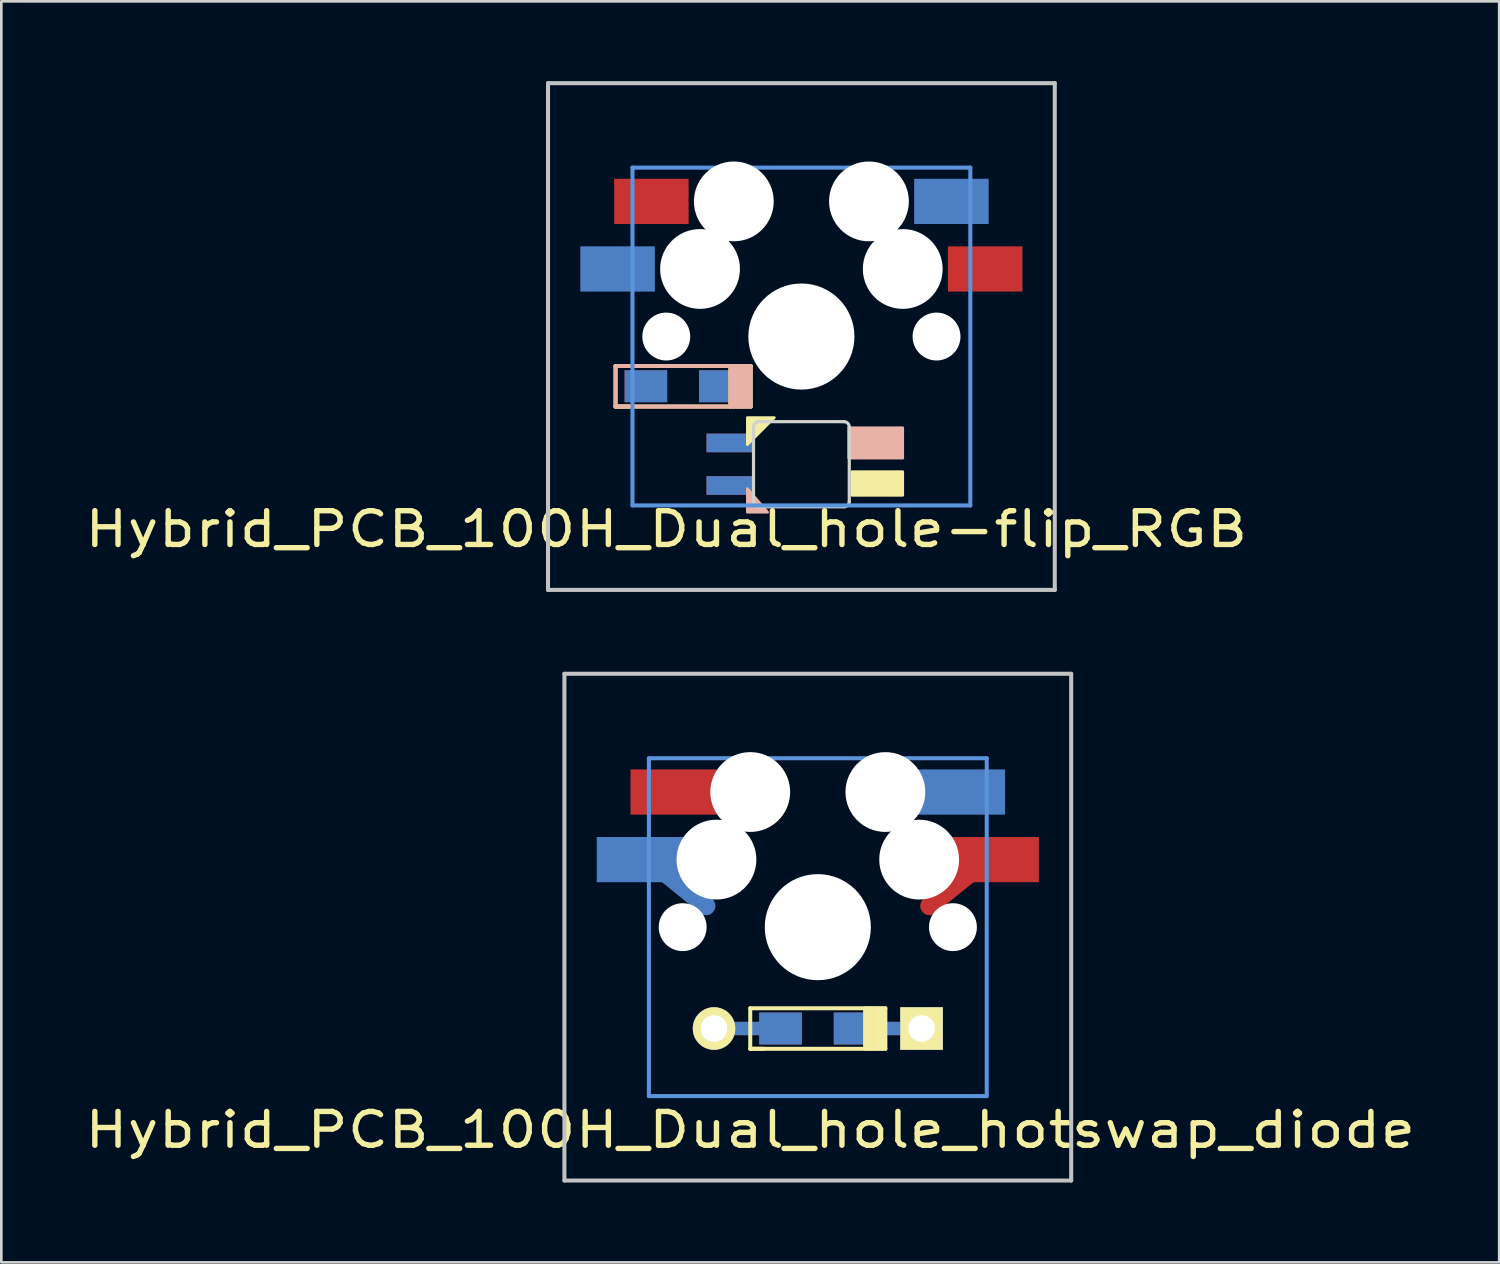
<source format=kicad_pcb>
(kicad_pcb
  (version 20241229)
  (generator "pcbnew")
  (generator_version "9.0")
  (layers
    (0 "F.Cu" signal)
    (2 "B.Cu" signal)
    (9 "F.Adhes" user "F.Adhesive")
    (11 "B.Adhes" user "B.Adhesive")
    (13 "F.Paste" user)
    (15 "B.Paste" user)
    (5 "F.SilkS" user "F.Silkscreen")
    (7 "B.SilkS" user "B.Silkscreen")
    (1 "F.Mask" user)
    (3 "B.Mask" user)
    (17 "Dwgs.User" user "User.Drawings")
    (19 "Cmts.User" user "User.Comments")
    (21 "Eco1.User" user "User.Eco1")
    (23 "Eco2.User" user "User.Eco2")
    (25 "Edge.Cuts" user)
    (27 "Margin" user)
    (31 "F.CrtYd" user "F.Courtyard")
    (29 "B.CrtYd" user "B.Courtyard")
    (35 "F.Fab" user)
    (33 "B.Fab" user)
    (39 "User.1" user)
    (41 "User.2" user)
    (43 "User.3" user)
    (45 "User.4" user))
  (footprint "Hybrid_PCB_100H_Dual_hole_hotswap_diode"
    (layer "F.Cu")
    (at 27.693 31.804)
    (property "Reference" "Hybrid_PCB_100H_Dual_hole_hotswap_diode" (at -2.54 7.62 0) (layer "F.SilkS") (effects (font (size 1.27 1.524) (thickness 0.203))))
    (attr through_hole)
    (fp_line (start 6.35 -2.54) (end 4.2 -0.8) (stroke (width 0.7) (type solid)) (layer "F.Cu"))
    (fp_line (start -6.35 -2.54) (end -4.2 -0.8) (stroke (width 0.7) (type solid)) (layer "B.Cu"))
    (fp_line (start -2.54 3.048) (end -2.54 4.572) (stroke (width 0.15) (type solid)) (layer "F.SilkS"))
    (fp_line (start -2.54 4.572) (end -2.032 4.572) (stroke (width 0.15) (type solid)) (layer "F.SilkS"))
    (fp_line (start -2.54 4.572) (end 2.54 4.572) (stroke (width 0.15) (type solid)) (layer "F.SilkS"))
    (fp_line (start 1.778 4.572) (end 1.778 3.048) (stroke (width 0.15) (type solid)) (layer "F.SilkS"))
    (fp_line (start 1.905 4.572) (end 1.905 3.048) (stroke (width 0.15) (type solid)) (layer "F.SilkS"))
    (fp_line (start 2.032 3.048) (end 2.032 4.572) (stroke (width 0.15) (type solid)) (layer "F.SilkS"))
    (fp_line (start 2.159 4.572) (end 2.159 3.048) (stroke (width 0.15) (type solid)) (layer "F.SilkS"))
    (fp_line (start 2.286 3.048) (end 2.286 4.572) (stroke (width 0.15) (type solid)) (layer "F.SilkS"))
    (fp_line (start 2.413 4.572) (end 2.413 3.048) (stroke (width 0.15) (type solid)) (layer "F.SilkS"))
    (fp_line (start 2.54 3.048) (end -2.54 3.048) (stroke (width 0.15) (type solid)) (layer "F.SilkS"))
    (fp_line (start 2.54 4.572) (end 2.54 3.048) (stroke (width 0.15) (type solid)) (layer "F.SilkS"))
    (fp_line (start -9.525 -9.525) (end 9.525 -9.525) (stroke (width 0.152) (type solid)) (layer "Dwgs.User"))
    (fp_line (start -9.525 9.525) (end -9.525 -9.525) (stroke (width 0.152) (type solid)) (layer "Dwgs.User"))
    (fp_line (start 9.525 -9.525) (end 9.525 9.525) (stroke (width 0.152) (type solid)) (layer "Dwgs.User"))
    (fp_line (start 9.525 9.525) (end -9.525 9.525) (stroke (width 0.152) (type solid)) (layer "Dwgs.User"))
    (fp_line (start -6.35 -6.35) (end 6.35 -6.35) (stroke (width 0.152) (type solid)) (layer "Cmts.User"))
    (fp_line (start -6.35 6.35) (end -6.35 -6.35) (stroke (width 0.152) (type solid)) (layer "Cmts.User"))
    (fp_line (start 6.35 -6.35) (end 6.35 6.35) (stroke (width 0.152) (type solid)) (layer "Cmts.User"))
    (fp_line (start 6.35 6.35) (end -6.35 6.35) (stroke (width 0.152) (type solid)) (layer "Cmts.User"))
    (fp_line (start -6.985 -6.985) (end 6.985 -6.985) (stroke (width 0.152) (type solid)) (layer "Eco2.User"))
    (fp_line (start -6.985 6.985) (end -6.985 -6.985) (stroke (width 0.152) (type solid)) (layer "Eco2.User"))
    (fp_line (start 6.985 -6.985) (end 6.985 6.985) (stroke (width 0.152) (type solid)) (layer "Eco2.User"))
    (fp_line (start 6.985 6.985) (end -6.985 6.985) (stroke (width 0.152) (type solid)) (layer "Eco2.User"))
    (pad "" np_thru_hole circle (at -5.08 0) (size 1.8 1.8) (drill 1.8) (layers "*.Cu" "*.Mask"))
    (pad "" np_thru_hole circle (at -3.81 -2.54) (size 3 3) (drill 3) (layers "*.Cu" "*.Mask"))
    (pad "" np_thru_hole circle (at -2.54 -5.08 331) (size 3 3) (drill 3) (layers "*.Cu" "*.Mask"))
    (pad "" np_thru_hole circle (at 0 0) (size 3.988 3.988) (drill 3.988) (layers "*.Cu" "*.Mask"))
    (pad "" np_thru_hole circle (at 2.54 -5.08) (size 3 3) (drill 3) (layers "*.Cu" "*.Mask"))
    (pad "" np_thru_hole circle (at 3.81 -2.54) (size 3 3) (drill 3) (layers "*.Cu" "*.Mask"))
    (pad "" np_thru_hole circle (at 5.08 0) (size 1.8 1.8) (drill 1.8) (layers "*.Cu" "*.Mask"))
    (pad "1" smd rect (at 1.4 3.81) (size 1.6 1.2) (layers "F.Cu" "F.Mask" "F.Paste"))
    (pad "1" smd rect (at 1.4 3.81) (size 1.6 1.2) (layers "B.Cu" "B.Mask" "B.Paste"))
    (pad "1" smd rect (at 2.7 3.81) (size 2.5 0.5) (layers "F.Cu"))
    (pad "1" smd rect (at 2.7 3.81) (size 2.5 0.5) (layers "B.Cu"))
    (pad "1" thru_hole rect (at 3.9 3.81) (size 1.6 1.6) (drill 1) (layers "*.Cu" "*.Mask" "F.SilkS"))
    (pad "1" smd rect (at 5.29 -5.08) (size 3.5 1.7) (layers "B.Cu" "B.Mask" "B.Paste"))
    (pad "1" smd rect (at 6.56 -2.54) (size 3.5 1.7) (layers "F.Cu" "F.Mask" "F.Paste"))
    (pad "2" smd rect (at -6.56 -2.54) (size 3.5 1.7) (layers "B.Cu" "B.Mask" "B.Paste"))
    (pad "2" smd rect (at -5.29 -5.08) (size 3.5 1.7) (layers "F.Cu" "F.Mask" "F.Paste"))
    (pad "2" thru_hole circle (at -3.9 3.81) (size 1.6 1.6) (drill 1) (layers "*.Cu" "*.Mask" "F.SilkS"))
    (pad "2" smd rect (at -2.7 3.81) (size 2.5 0.5) (layers "F.Cu"))
    (pad "2" smd rect (at -2.7 3.81) (size 2.5 0.5) (layers "B.Cu"))
    (pad "2" smd rect (at -1.4 3.81) (size 1.6 1.2) (layers "F.Cu" "F.Mask" "F.Paste"))
    (pad "2" smd rect (at -1.4 3.81) (size 1.6 1.2) (layers "B.Cu" "B.Mask" "B.Paste")))
  (footprint "Hybrid_PCB_100H_Dual_hole-flip_RGB"
    (layer "F.Cu")
    (at 27.076 9.601)
    (property "Reference" "Hybrid_PCB_100H_Dual_hole-flip_RGB" (at -5.08 7.239 0) (layer "F.SilkS") (effects (font (size 1.27 1.524) (thickness 0.203))))
    (attr through_hole)
    (fp_line (start -6.986 1.107) (end -6.986 2.631) (stroke (width 0.15) (type solid)) (layer "F.SilkS"))
    (fp_line (start -6.986 2.631) (end -6.478 2.631) (stroke (width 0.15) (type solid)) (layer "F.SilkS"))
    (fp_line (start -6.986 2.631) (end -1.906 2.631) (stroke (width 0.15) (type solid)) (layer "F.SilkS"))
    (fp_line (start -2.668 2.631) (end -2.668 1.107) (stroke (width 0.15) (type solid)) (layer "F.SilkS"))
    (fp_line (start -2.541 2.631) (end -2.541 1.107) (stroke (width 0.15) (type solid)) (layer "F.SilkS"))
    (fp_line (start -2.414 1.107) (end -2.414 2.631) (stroke (width 0.15) (type solid)) (layer "F.SilkS"))
    (fp_line (start -2.287 2.631) (end -2.287 1.107) (stroke (width 0.15) (type solid)) (layer "F.SilkS"))
    (fp_line (start -2.16 1.107) (end -2.16 2.631) (stroke (width 0.15) (type solid)) (layer "F.SilkS"))
    (fp_line (start -2.033 2.631) (end -2.033 1.107) (stroke (width 0.15) (type solid)) (layer "F.SilkS"))
    (fp_line (start -1.906 1.107) (end -6.986 1.107) (stroke (width 0.15) (type solid)) (layer "F.SilkS"))
    (fp_line (start -1.906 2.631) (end -1.906 1.107) (stroke (width 0.15) (type solid)) (layer "F.SilkS"))
    (fp_poly (pts (xy -2.032 3.048) (xy -2.032 4.064) (xy -1.016 3.048)) (stroke (width 0.1) (type solid)) (fill yes) (layer "F.SilkS"))
    (fp_poly (pts (xy 3.81 5.969) (xy 3.81 5.08) (xy 1.905 5.08) (xy 1.905 5.969)) (stroke (width 0.1) (type solid)) (fill yes) (layer "F.SilkS"))
    (fp_line (start -6.986 1.107) (end -6.478 1.107) (stroke (width 0.15) (type solid)) (layer "B.SilkS"))
    (fp_line (start -6.986 1.107) (end -1.906 1.107) (stroke (width 0.15) (type solid)) (layer "B.SilkS"))
    (fp_line (start -6.986 2.631) (end -6.986 1.107) (stroke (width 0.15) (type solid)) (layer "B.SilkS"))
    (fp_line (start -2.668 1.107) (end -2.668 2.631) (stroke (width 0.15) (type solid)) (layer "B.SilkS"))
    (fp_line (start -2.541 1.107) (end -2.541 2.631) (stroke (width 0.15) (type solid)) (layer "B.SilkS"))
    (fp_line (start -2.414 2.631) (end -2.414 1.107) (stroke (width 0.15) (type solid)) (layer "B.SilkS"))
    (fp_line (start -2.287 1.107) (end -2.287 2.631) (stroke (width 0.15) (type solid)) (layer "B.SilkS"))
    (fp_line (start -2.16 2.631) (end -2.16 1.107) (stroke (width 0.15) (type solid)) (layer "B.SilkS"))
    (fp_line (start -2.033 1.107) (end -2.033 2.631) (stroke (width 0.15) (type solid)) (layer "B.SilkS"))
    (fp_line (start -1.906 1.107) (end -1.906 2.631) (stroke (width 0.15) (type solid)) (layer "B.SilkS"))
    (fp_line (start -1.906 2.631) (end -6.986 2.631) (stroke (width 0.15) (type solid)) (layer "B.SilkS"))
    (fp_poly (pts (xy -1.27 6.604) (xy -2.032 5.715) (xy -2.032 6.604)) (stroke (width 0.1) (type solid)) (fill yes) (layer "B.SilkS"))
    (fp_poly (pts (xy 1.778 4.572) (xy 3.81 4.572) (xy 3.81 3.429) (xy 1.778 3.429)) (stroke (width 0.1) (type solid)) (fill yes) (layer "B.SilkS"))
    (fp_line (start -9.525 -9.525) (end 9.525 -9.525) (stroke (width 0.152) (type solid)) (layer "Dwgs.User"))
    (fp_line (start -9.525 9.525) (end -9.525 -9.525) (stroke (width 0.152) (type solid)) (layer "Dwgs.User"))
    (fp_line (start 9.525 -9.525) (end 9.525 9.525) (stroke (width 0.152) (type solid)) (layer "Dwgs.User"))
    (fp_line (start 9.525 9.525) (end -9.525 9.525) (stroke (width 0.152) (type solid)) (layer "Dwgs.User"))
    (fp_line (start -6.35 -6.35) (end 6.35 -6.35) (stroke (width 0.152) (type solid)) (layer "Cmts.User"))
    (fp_line (start -6.35 6.35) (end -6.35 -6.35) (stroke (width 0.152) (type solid)) (layer "Cmts.User"))
    (fp_line (start 6.35 -6.35) (end 6.35 6.35) (stroke (width 0.152) (type solid)) (layer "Cmts.User"))
    (fp_line (start 6.35 6.35) (end -6.35 6.35) (stroke (width 0.152) (type solid)) (layer "Cmts.User"))
    (fp_line (start -6.985 -6.985) (end 6.985 -6.985) (stroke (width 0.152) (type solid)) (layer "Eco2.User"))
    (fp_line (start -6.985 6.985) (end -6.985 -6.985) (stroke (width 0.152) (type solid)) (layer "Eco2.User"))
    (fp_line (start 6.985 -6.985) (end 6.985 6.985) (stroke (width 0.152) (type solid)) (layer "Eco2.User"))
    (fp_line (start 6.985 6.985) (end -6.985 6.985) (stroke (width 0.152) (type solid)) (layer "Eco2.User"))
    (fp_line (start -1.8 3.4) (end -1.8 6.2) (stroke (width 0.12) (type solid)) (layer "Edge.Cuts"))
    (fp_line (start -1.6 3.2) (end 1.6 3.2) (stroke (width 0.12) (type solid)) (layer "Edge.Cuts"))
    (fp_line (start -1.6 6.4) (end 1.6 6.4) (stroke (width 0.12) (type solid)) (layer "Edge.Cuts"))
    (fp_line (start 1.8 3.4) (end 1.8 6.2) (stroke (width 0.12) (type solid)) (layer "Edge.Cuts"))
    (fp_arc (start -1.8 3.4) (mid -1.741421 3.258579) (end -1.6 3.2) (stroke (width 0.12) (type solid)) (layer "Edge.Cuts"))
    (fp_arc (start -1.6 6.4) (mid -1.741421 6.341421) (end -1.8 6.2) (stroke (width 0.12) (type solid)) (layer "Edge.Cuts"))
    (fp_arc (start 1.6 3.2) (mid 1.741421 3.258579) (end 1.8 3.4) (stroke (width 0.12) (type solid)) (layer "Edge.Cuts"))
    (fp_arc (start 1.8 6.2) (mid 1.741421 6.341421) (end 1.6 6.4) (stroke (width 0.12) (type solid)) (layer "Edge.Cuts"))
    (pad "" np_thru_hole circle (at -5.08 0) (size 1.8 1.8) (drill 1.8) (layers "*.Cu" "*.Mask"))
    (pad "" np_thru_hole circle (at -3.81 -2.54) (size 3 3) (drill 3) (layers "*.Cu" "*.Mask"))
    (pad "" np_thru_hole circle (at -2.54 -5.08 331) (size 3 3) (drill 3) (layers "*.Cu" "*.Mask"))
    (pad "" np_thru_hole circle (at 0 0) (size 3.988 3.988) (drill 3.988) (layers "*.Cu" "*.Mask"))
    (pad "" np_thru_hole circle (at 2.54 -5.08) (size 3 3) (drill 3) (layers "*.Cu" "*.Mask"))
    (pad "" np_thru_hole circle (at 3.81 -2.54) (size 3 3) (drill 3) (layers "*.Cu" "*.Mask"))
    (pad "" np_thru_hole circle (at 5.08 0) (size 1.8 1.8) (drill 1.8) (layers "*.Cu" "*.Mask"))
    (pad "1" smd rect (at 5.64 -5.08) (size 2.8 1.7) (layers "B.Cu" "B.Mask" "B.Paste"))
    (pad "1" smd rect (at 6.91 -2.54) (size 2.8 1.7) (layers "F.Cu" "F.Mask" "F.Paste"))
    (pad "2" smd rect (at -6.91 -2.54) (size 2.8 1.7) (layers "B.Cu" "B.Mask" "B.Paste"))
    (pad "2" smd rect (at -5.64 -5.08) (size 2.8 1.7) (layers "F.Cu" "F.Mask" "F.Paste"))
    (pad "3" smd rect (at -3.046 1.869) (size 1.6 1.2) (layers "F.Cu" "F.Mask" "F.Paste"))
    (pad "3" smd rect (at -3.046 1.869) (size 1.6 1.2) (layers "B.Cu" "B.Mask" "B.Paste"))
    (pad "4" smd rect (at -5.846 1.869) (size 1.6 1.2) (layers "F.Cu" "F.Mask" "F.Paste"))
    (pad "4" smd rect (at -5.846 1.869) (size 1.6 1.2) (layers "B.Cu" "B.Mask" "B.Paste"))
    (pad "5" smd rect (at 2.667 4) (size 1.8 0.7) (layers "B.Cu" "B.Mask" "B.Paste"))
    (pad "5" smd rect (at 2.667 5.6) (size 1.8 0.7) (layers "F.Cu" "F.Mask" "F.Paste"))
    (pad "6" smd rect (at -2.667 4) (size 1.8 0.7) (layers "B.Cu" "B.Mask" "B.Paste"))
    (pad "6" smd rect (at -2.667 5.6) (size 1.8 0.7) (layers "F.Cu" "F.Mask" "F.Paste"))
    (pad "7" smd rect (at -2.667 4) (size 1.8 0.7) (layers "F.Cu" "F.Mask" "F.Paste"))
    (pad "7" smd rect (at -2.667 5.6) (size 1.8 0.7) (layers "B.Cu" "B.Mask" "B.Paste"))
    (pad "8" smd rect (at 2.667 4) (size 1.8 0.7) (layers "F.Cu" "F.Mask" "F.Paste"))
    (pad "8" smd rect (at 2.667 5.6) (size 1.8 0.7) (layers "B.Cu" "B.Mask" "B.Paste")))
  (gr_rect
    (start -3 -3)
    (end 53.307 44.405)
    (stroke (width 0.1) (type default))
    (fill no)
    (layer "Edge.Cuts")))
</source>
